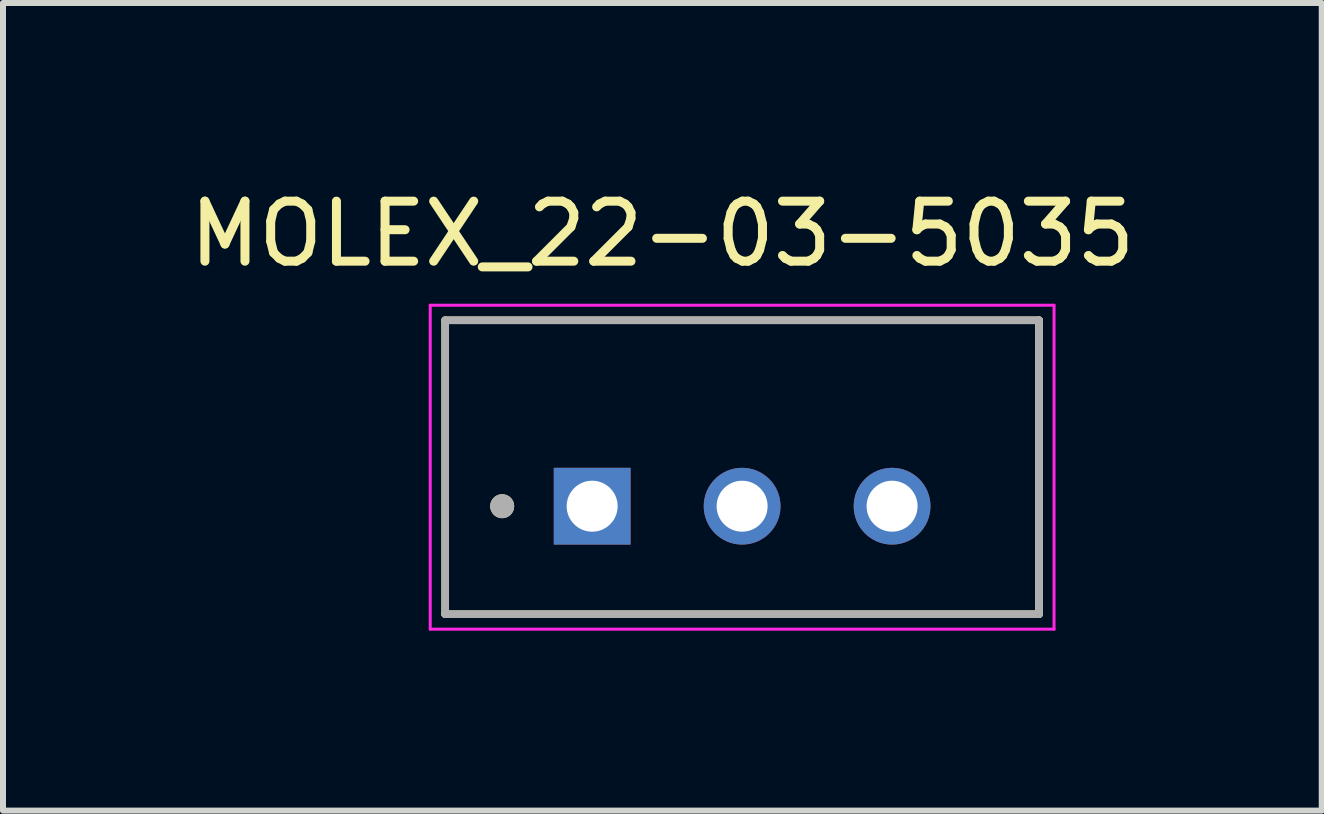
<source format=kicad_pcb>
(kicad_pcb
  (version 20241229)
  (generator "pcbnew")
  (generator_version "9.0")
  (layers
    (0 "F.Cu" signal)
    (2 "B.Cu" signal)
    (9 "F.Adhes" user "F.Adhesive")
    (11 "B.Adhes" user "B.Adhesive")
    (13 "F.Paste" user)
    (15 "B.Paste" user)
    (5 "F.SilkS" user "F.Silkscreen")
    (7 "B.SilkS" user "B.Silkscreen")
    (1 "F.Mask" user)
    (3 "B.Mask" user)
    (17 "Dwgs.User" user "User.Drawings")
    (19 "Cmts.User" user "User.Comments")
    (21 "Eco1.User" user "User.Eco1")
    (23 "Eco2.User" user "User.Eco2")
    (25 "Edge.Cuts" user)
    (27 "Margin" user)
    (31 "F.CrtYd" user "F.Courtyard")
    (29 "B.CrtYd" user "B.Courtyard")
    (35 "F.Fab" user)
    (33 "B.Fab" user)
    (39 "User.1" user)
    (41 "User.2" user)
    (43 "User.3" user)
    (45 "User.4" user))
  (footprint "MOLEX_22-03-5035"
    (layer "F.Cu")
    (at 6.822 5.389)
    (property "Reference" "MOLEX_22-03-5035" (at 1.171 -4.54 0) (layer "F.SilkS") (effects (font (size 1.001 1.001) (thickness 0.15))))
    (attr through_hole)
    (fp_line (start -2.45 -3.1) (end 7.45 -3.1) (stroke (width 0.127) (type solid)) (layer "F.SilkS"))
    (fp_line (start -2.45 1.8) (end -2.45 -3.1) (stroke (width 0.127) (type solid)) (layer "F.SilkS"))
    (fp_line (start 7.45 -3.1) (end 7.45 1.8) (stroke (width 0.127) (type solid)) (layer "F.SilkS"))
    (fp_line (start 7.45 1.8) (end -2.45 1.8) (stroke (width 0.127) (type solid)) (layer "F.SilkS"))
    (fp_circle (center -1.5 0) (end -1.4 0) (stroke (width 0.2) (type solid)) (fill no) (layer "F.SilkS"))
    (fp_line (start -2.7 -3.35) (end 7.7 -3.35) (stroke (width 0.05) (type solid)) (layer "F.CrtYd"))
    (fp_line (start -2.7 2.05) (end -2.7 -3.35) (stroke (width 0.05) (type solid)) (layer "F.CrtYd"))
    (fp_line (start 7.7 -3.35) (end 7.7 2.05) (stroke (width 0.05) (type solid)) (layer "F.CrtYd"))
    (fp_line (start 7.7 2.05) (end -2.7 2.05) (stroke (width 0.05) (type solid)) (layer "F.CrtYd"))
    (fp_line (start -2.45 -3.1) (end 7.45 -3.1) (stroke (width 0.127) (type solid)) (layer "F.Fab"))
    (fp_line (start -2.45 1.8) (end -2.45 -3.1) (stroke (width 0.127) (type solid)) (layer "F.Fab"))
    (fp_line (start 7.45 -3.1) (end 7.45 1.8) (stroke (width 0.127) (type solid)) (layer "F.Fab"))
    (fp_line (start 7.45 1.8) (end -2.45 1.8) (stroke (width 0.127) (type solid)) (layer "F.Fab"))
    (fp_circle (center -1.5 0) (end -1.4 0) (stroke (width 0.2) (type solid)) (fill no) (layer "F.Fab"))
    (pad "1" thru_hole rect (at 0 0) (size 1.28 1.28) (drill 0.85) (layers "*.Cu" "*.Mask"))
    (pad "2" thru_hole circle (at 2.5 0) (size 1.28 1.28) (drill 0.85) (layers "*.Cu" "*.Mask"))
    (pad "3" thru_hole circle (at 5 0) (size 1.28 1.28) (drill 0.85) (layers "*.Cu" "*.Mask")))
  (gr_rect
    (start -3 -3)
    (end 18.985 10.464)
    (stroke (width 0.1) (type default))
    (fill no)
    (layer "Edge.Cuts")))
</source>
